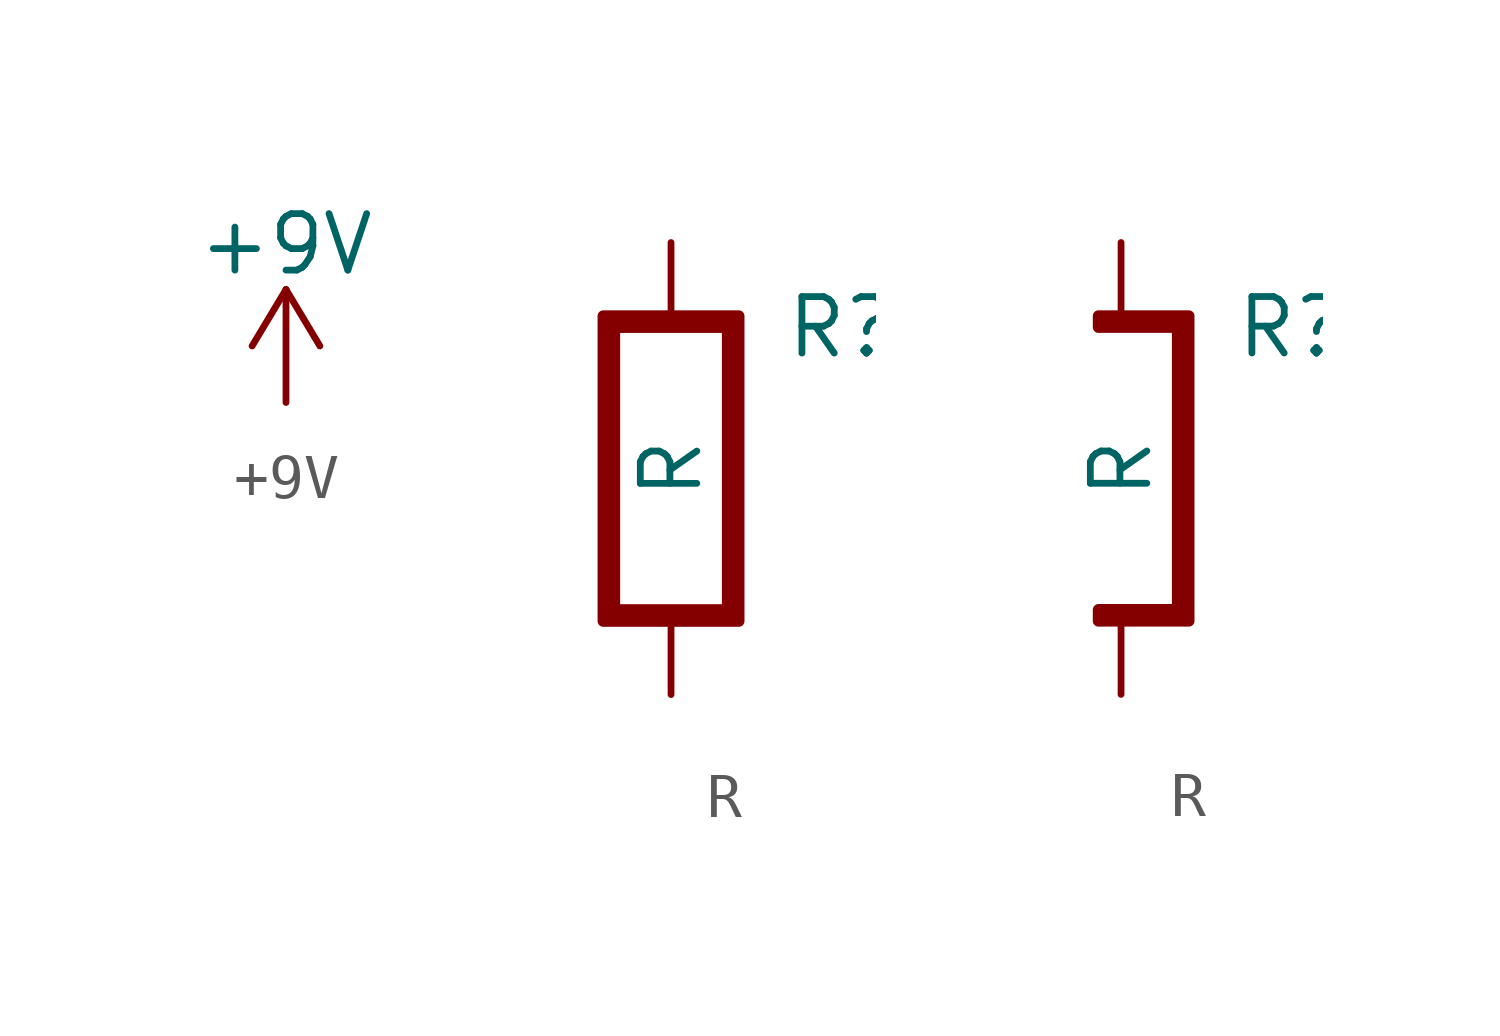
<source format=kicad_sym>
(kicad_symbol_lib
  (version 20231120)
  (generator "kicad_symbol_editor")
  (generator_version "8.0")
  (symbol "+9V"
    (power)
    (pin_names
      (offset 0))
    (property "Reference" "#PWR"
      (at 0 -3.81 0)
      (effects (font (size 1.27 1.27)) (hide yes)))
    (property "Value" "+9V"
      (at 0 3.556 0)
      (effects (font (size 1.27 1.27))))
    (symbol "+9V_0_1"
      (polyline (pts (xy -0.762 1.27) (xy 0 2.54)) (stroke (width 0) (type default)) (fill (type none)))
      (polyline (pts (xy 0 0) (xy 0 2.54)) (stroke (width 0) (type default)) (fill (type none)))
      (polyline (pts (xy 0 2.54) (xy 0.762 1.27)) (stroke (width 0) (type default)) (fill (type none))))
    (symbol "+9V_1_1"
      (pin power_in line (at 0 0 90) (length 0) hide (name "+9V" (effects (font (size 1.27 1.27)))) (number "1" (effects (font (size 1.27 1.27)))))))
  (symbol "R"
    (pin_numbers hide)
    (pin_names
      (offset 0) hide)
    (property "Reference" "R"
      (at 2.54 3.175 0)
      (effects (font (size 1.27 1.27)) (justify left)))
    (property "Value" "R"
      (at 0 0 90)
      (effects (font (size 1.27 1.27))))
    (symbol "R_1_1"
      (polyline (pts (xy -1.524 -3.429) (xy 1.524 -3.429) (xy 1.524 3.429) (xy -1.524 3.429) (xy -1.524 -3.429) (xy -1.27 -3.175) (xy -1.27 3.175) (xy 1.27 3.175) (xy 1.27 -3.175) (xy -1.27 -3.175) (xy -1.524 -3.429)) (stroke (width 0.254) (type default)) (fill (type outline)))
      (pin passive line (at 0 5.08 270) (length 1.651) (name "+" (effects (font (size 1.27 1.27)))) (number "1" (effects (font (size 1.27 1.27)))))
      (pin passive line (at 0 -5.08 90) (length 1.651) (name "-" (effects (font (size 1.27 1.27)))) (number "2" (effects (font (size 1.27 1.27))))))
    (symbol "R_1_2"
      (polyline (pts (xy -0.508 -3.429) (xy 1.524 -3.429) (xy 1.524 3.429) (xy -0.508 3.429) (xy -0.508 3.175) (xy 1.27 3.175) (xy 1.27 -3.175) (xy -0.508 -3.175) (xy -0.508 -3.429)) (stroke (width 0.254) (type default)) (fill (type outline)))
      (pin passive line (at 0 5.08 270) (length 1.651) (name "+" (effects (font (size 1.27 1.27)))) (number "1" (effects (font (size 1.27 1.27)))))
      (pin passive line (at 0 -5.08 90) (length 1.651) (name "-" (effects (font (size 1.27 1.27)))) (number "2" (effects (font (size 1.27 1.27))))))
    (symbol "R_1_3"
      (polyline (pts (xy 0 3.48) (xy 0 3.2) (xy 0.711 2.794) (xy -1.194 1.676) (xy 0.711 0.559) (xy -1.194 -0.559) (xy 0.711 -1.676) (xy -1.194 -2.794) (xy 0 -3.48) (xy 0 -3.2) (xy -0.711 -2.794) (xy 1.194 -1.676) (xy -0.711 -0.559) (xy 1.194 0.559) (xy -0.711 1.676) (xy 1.194 2.794) (xy 0 3.48)) (stroke (width 0.254) (type default)) (fill (type outline)))
      (pin passive line (at 0 5.08 270) (length 1.6) (name "+" (effects (font (size 1.27 1.27)))) (number "1" (effects (font (size 1.27 1.27)))))
      (pin passive line (at 0 -5.08 90) (length 1.6) (name "-" (effects (font (size 1.27 1.27)))) (number "2" (effects (font (size 1.27 1.27))))))
    (symbol "R_1_4"
      (polyline (pts (xy 0 4.547) (xy 0 4.267) (xy 0.051 4.242) (xy 1.016 3.683) (xy -1.524 2.21) (xy 1.016 0.737) (xy -1.524 -0.737) (xy 1.016 -2.21) (xy -1.524 -3.683) (xy -0.076 -4.521) (xy 0 -4.547) (xy 0 -4.267) (xy -0.051 -4.242) (xy -1.016 -3.683) (xy 1.524 -2.21) (xy -1.016 -0.737) (xy 1.524 0.737) (xy -1.016 2.21) (xy 1.524 3.683) (xy 0.076 4.521) (xy 0 4.547)) (stroke (width 0.254) (type default)) (fill (type outline)))
      (pin passive line (at 0 5.08 270) (length 0.533) (name "+" (effects (font (size 1.27 1.27)))) (number "1" (effects (font (size 1.27 1.27)))))
      (pin passive line (at 0 -5.08 90) (length 0.533) (name "-" (effects (font (size 1.27 1.27)))) (number "2" (effects (font (size 1.27 1.27))))))))
</source>
